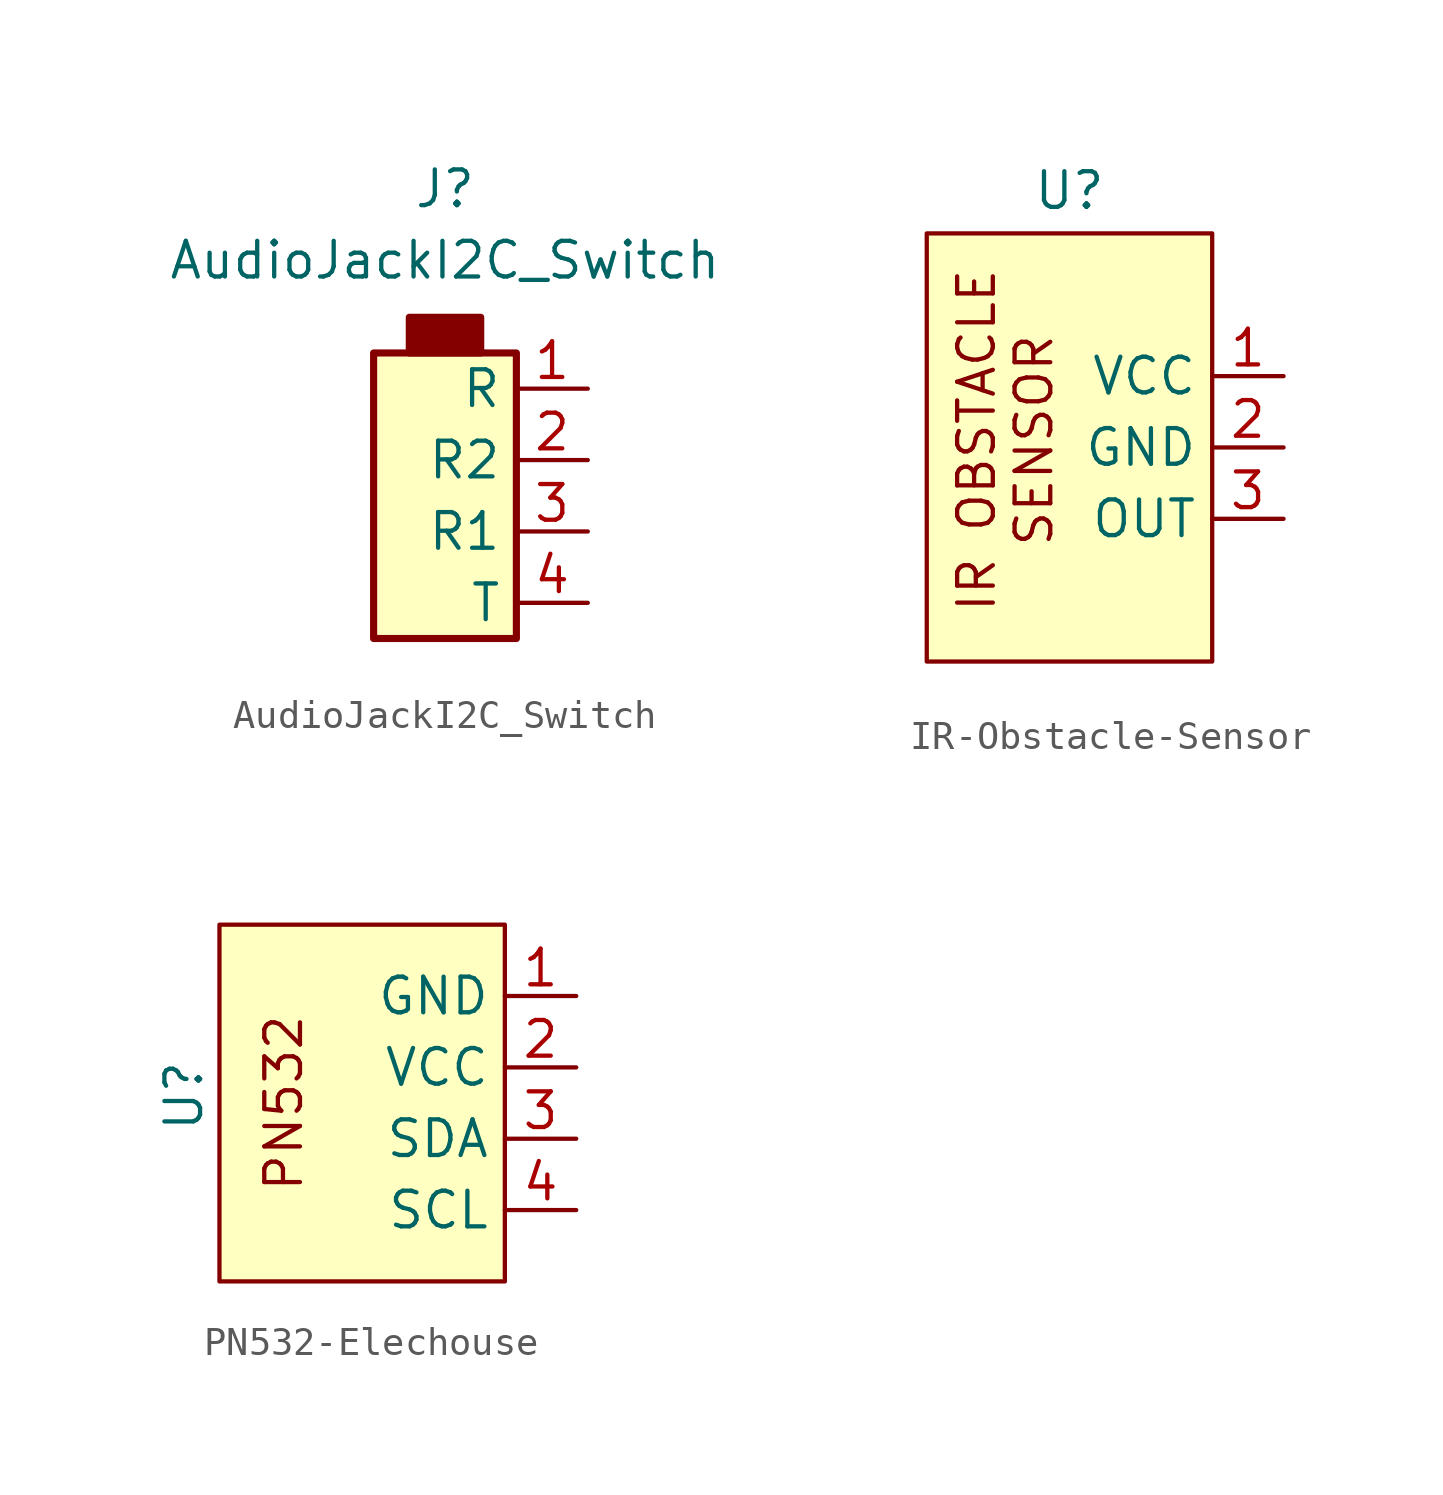
<source format=kicad_sym>
(kicad_symbol_lib
  (version 20231120)
  (generator "kicad_symbol_editor")
  (generator_version "8.0")
  (symbol "AudioJackI2C_Switch"
    (property "Reference" "J"
      (at 0 12.192 0)
      (effects (font (size 1.27 1.27))))
    (property "Value" "AudioJackI2C_Switch"
      (at 0 9.652 0)
      (effects (font (size 1.27 1.27))))
    (symbol "AudioJackI2C_Switch_0_1"
      (rectangle (start -2.54 6.35) (end 2.54 -3.81) (stroke (width 0.254) (type default)) (fill (type background)))
      (rectangle (start -1.27 6.35) (end 1.27 7.62) (stroke (width 0.254) (type default)) (fill (type outline))))
    (symbol "AudioJackI2C_Switch_1_1"
      (pin input line (at 5.08 5.08 180) (length 2.54) (name "R" (effects (font (size 1.27 1.27)))) (number "1" (effects (font (size 1.27 1.27)))))
      (pin bidirectional line (at 5.08 2.54 180) (length 2.54) (name "R2" (effects (font (size 1.27 1.27)))) (number "2" (effects (font (size 1.27 1.27)))))
      (pin bidirectional line (at 5.08 0 180) (length 2.54) (name "R1" (effects (font (size 1.27 1.27)))) (number "3" (effects (font (size 1.27 1.27)))))
      (pin input line (at 5.08 -2.54 180) (length 2.54) (name "T" (effects (font (size 1.27 1.27)))) (number "4" (effects (font (size 1.27 1.27)))))))
  (symbol "IR-Obstacle-Sensor"
    (property "Reference" "U"
      (at 0 7.874 0)
      (effects (font (size 1.27 1.27))))
    (property "Value" ""
      (at 0 0 0)
      (effects (font (size 1.27 1.27))))
    (symbol "IR-Obstacle-Sensor_1_1"
      (rectangle (start -5.08 6.35) (end 5.08 -8.89) (stroke (width 0) (type default)) (fill (type background)))
      (text "IR OBSTACLE\nSENSOR" (at -2.286 -1.016 900) (effects (font (size 1.27 1.27))))
      (pin power_in line (at 7.62 1.27 180) (length 2.54) (name "VCC" (effects (font (size 1.27 1.27)))) (number "1" (effects (font (size 1.27 1.27)))))
      (pin power_in line (at 7.62 -1.27 180) (length 2.54) (name "GND" (effects (font (size 1.27 1.27)))) (number "2" (effects (font (size 1.27 1.27)))))
      (pin bidirectional line (at 7.62 -3.81 180) (length 2.54) (name "OUT" (effects (font (size 1.27 1.27)))) (number "3" (effects (font (size 1.27 1.27)))))))
  (symbol "PN532-Elechouse"
    (property "Reference" "U"
      (at -6.35 -1.016 90)
      (effects (font (size 1.27 1.27))))
    (property "Value" ""
      (at 0 0 0)
      (effects (font (size 1.27 1.27))))
    (symbol "PN532-Elechouse_1_1"
      (rectangle (start -5.08 5.08) (end 5.08 -7.62) (stroke (width 0) (type default)) (fill (type background)))
      (text "PN532" (at -2.794 -1.27 900) (effects (font (size 1.27 1.27))))
      (pin power_in line (at 7.62 2.54 180) (length 2.54) (name "GND" (effects (font (size 1.27 1.27)))) (number "1" (effects (font (size 1.27 1.27)))))
      (pin power_in line (at 7.62 0 180) (length 2.54) (name "VCC" (effects (font (size 1.27 1.27)))) (number "2" (effects (font (size 1.27 1.27)))))
      (pin bidirectional line (at 7.62 -2.54 180) (length 2.54) (name "SDA" (effects (font (size 1.27 1.27)))) (number "3" (effects (font (size 1.27 1.27)))))
      (pin bidirectional line (at 7.62 -5.08 180) (length 2.54) (name "SCL" (effects (font (size 1.27 1.27)))) (number "4" (effects (font (size 1.27 1.27))))))))
</source>
